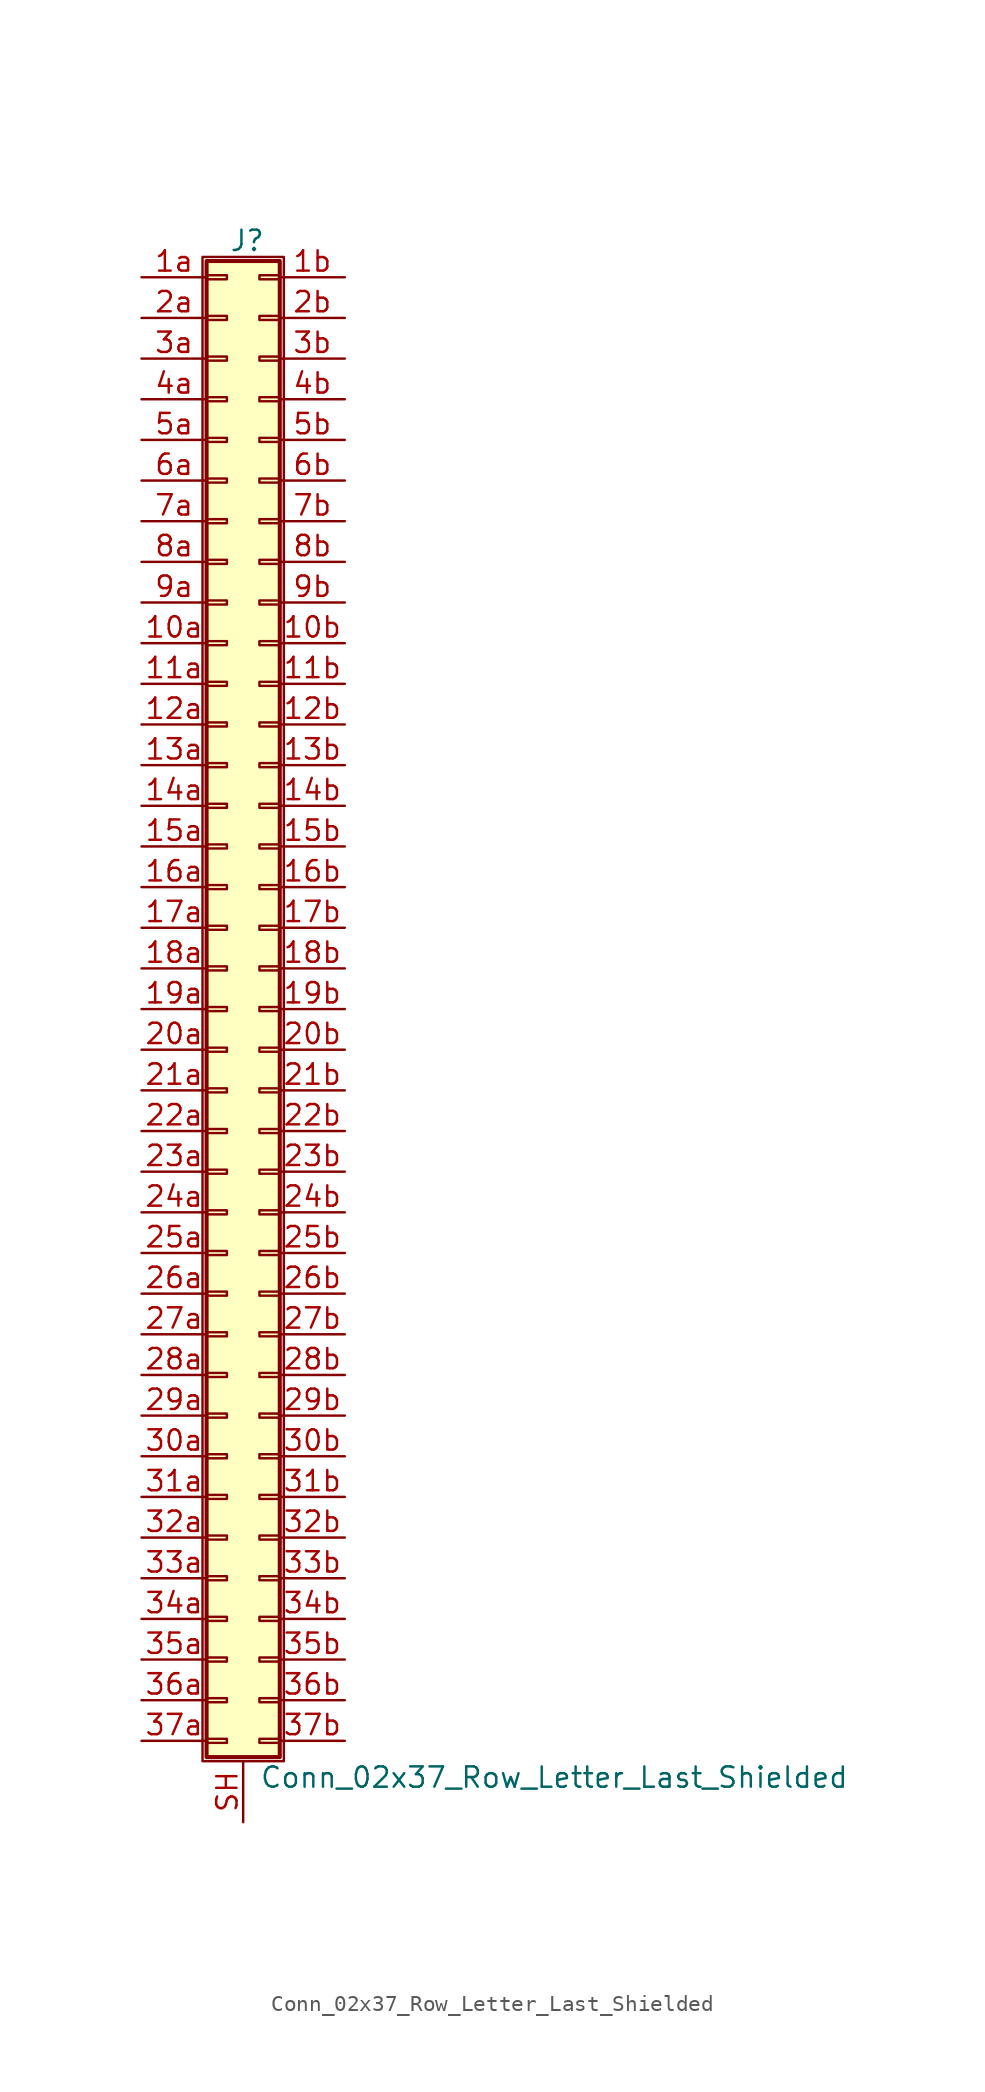
<source format=kicad_sym>
(kicad_symbol_lib
  (version 20201005)
  (generator kicad_symbol_editor)
  (symbol "Connector_Generic_Shielded:Conn_02x37_Row_Letter_Last_Shielded"
    (pin_names
      (offset 1.016) hide)
    (property "Reference" "J"
      (at 1.524 48.006 0)
      (effects (font (size 1.27 1.27))))
    (property "Value" "Conn_02x37_Row_Letter_Last_Shielded"
      (at 2.286 -48.006 0)
      (effects (font (size 1.27 1.27)) (justify left)))
    (symbol "Conn_02x37_Row_Letter_Last_Shielded_1_1"
      (rectangle (start -1.016 -27.813) (end 0.254 -28.067) (stroke (width 0.152)) (fill (type none)))
      (rectangle (start -1.016 -30.353) (end 0.254 -30.607) (stroke (width 0.152)) (fill (type none)))
      (rectangle (start -1.016 -32.893) (end 0.254 -33.147) (stroke (width 0.152)) (fill (type none)))
      (rectangle (start -1.016 -35.433) (end 0.254 -35.687) (stroke (width 0.152)) (fill (type none)))
      (rectangle (start -1.016 -37.973) (end 0.254 -38.227) (stroke (width 0.152)) (fill (type none)))
      (rectangle (start -1.016 -40.513) (end 0.254 -40.767) (stroke (width 0.152)) (fill (type none)))
      (rectangle (start -1.016 -43.053) (end 0.254 -43.307) (stroke (width 0.152)) (fill (type none)))
      (rectangle (start -1.016 -45.593) (end 0.254 -45.847) (stroke (width 0.152)) (fill (type none)))
      (rectangle (start -1.016 -4.953) (end 0.254 -5.207) (stroke (width 0.152)) (fill (type none)))
      (rectangle (start -1.016 -7.493) (end 0.254 -7.747) (stroke (width 0.152)) (fill (type none)))
      (rectangle (start -1.016 -10.033) (end 0.254 -10.287) (stroke (width 0.152)) (fill (type none)))
      (rectangle (start -1.016 -12.573) (end 0.254 -12.827) (stroke (width 0.152)) (fill (type none)))
      (rectangle (start -1.016 -15.113) (end 0.254 -15.367) (stroke (width 0.152)) (fill (type none)))
      (rectangle (start -1.016 -17.653) (end 0.254 -17.907) (stroke (width 0.152)) (fill (type none)))
      (rectangle (start -1.016 -20.193) (end 0.254 -20.447) (stroke (width 0.152)) (fill (type none)))
      (rectangle (start -1.016 -22.733) (end 0.254 -22.987) (stroke (width 0.152)) (fill (type none)))
      (rectangle (start -1.016 -2.413) (end 0.254 -2.667) (stroke (width 0.152)) (fill (type none)))
      (rectangle (start -1.016 -25.273) (end 0.254 -25.527) (stroke (width 0.152)) (fill (type none)))
      (rectangle (start -1.016 25.527) (end 0.254 25.273) (stroke (width 0.152)) (fill (type none)))
      (rectangle (start -1.016 2.667) (end 0.254 2.413) (stroke (width 0.152)) (fill (type none)))
      (rectangle (start -1.016 28.067) (end 0.254 27.813) (stroke (width 0.152)) (fill (type none)))
      (rectangle (start -1.016 30.607) (end 0.254 30.353) (stroke (width 0.152)) (fill (type none)))
      (rectangle (start -1.016 33.147) (end 0.254 32.893) (stroke (width 0.152)) (fill (type none)))
      (rectangle (start -1.016 35.687) (end 0.254 35.433) (stroke (width 0.152)) (fill (type none)))
      (rectangle (start -1.016 38.227) (end 0.254 37.973) (stroke (width 0.152)) (fill (type none)))
      (rectangle (start -1.016 40.767) (end 0.254 40.513) (stroke (width 0.152)) (fill (type none)))
      (rectangle (start -1.016 43.307) (end 0.254 43.053) (stroke (width 0.152)) (fill (type none)))
      (rectangle (start -1.016 45.847) (end 0.254 45.593) (stroke (width 0.152)) (fill (type none)))
      (rectangle (start -1.016 46.736) (end 3.556 -46.736) (stroke (width 0.254)) (fill (type background)))
      (rectangle (start -1.016 5.207) (end 0.254 4.953) (stroke (width 0.152)) (fill (type none)))
      (rectangle (start -1.016 7.747) (end 0.254 7.493) (stroke (width 0.152)) (fill (type none)))
      (rectangle (start -1.016 10.287) (end 0.254 10.033) (stroke (width 0.152)) (fill (type none)))
      (rectangle (start -1.016 0.127) (end 0.254 -0.127) (stroke (width 0.152)) (fill (type none)))
      (rectangle (start -1.016 12.827) (end 0.254 12.573) (stroke (width 0.152)) (fill (type none)))
      (rectangle (start -1.016 15.367) (end 0.254 15.113) (stroke (width 0.152)) (fill (type none)))
      (rectangle (start -1.016 17.907) (end 0.254 17.653) (stroke (width 0.152)) (fill (type none)))
      (rectangle (start -1.016 20.447) (end 0.254 20.193) (stroke (width 0.152)) (fill (type none)))
      (rectangle (start -1.016 22.987) (end 0.254 22.733) (stroke (width 0.152)) (fill (type none)))
      (rectangle (start -1.27 46.99) (end 3.81 -46.99) (stroke (width 0.152)) (fill (type none)))
      (rectangle (start 3.556 -27.813) (end 2.286 -28.067) (stroke (width 0.152)) (fill (type none)))
      (rectangle (start 3.556 -30.353) (end 2.286 -30.607) (stroke (width 0.152)) (fill (type none)))
      (rectangle (start 3.556 -32.893) (end 2.286 -33.147) (stroke (width 0.152)) (fill (type none)))
      (rectangle (start 3.556 -35.433) (end 2.286 -35.687) (stroke (width 0.152)) (fill (type none)))
      (rectangle (start 3.556 -37.973) (end 2.286 -38.227) (stroke (width 0.152)) (fill (type none)))
      (rectangle (start 3.556 -40.513) (end 2.286 -40.767) (stroke (width 0.152)) (fill (type none)))
      (rectangle (start 3.556 -43.053) (end 2.286 -43.307) (stroke (width 0.152)) (fill (type none)))
      (rectangle (start 3.556 -45.593) (end 2.286 -45.847) (stroke (width 0.152)) (fill (type none)))
      (rectangle (start 3.556 -4.953) (end 2.286 -5.207) (stroke (width 0.152)) (fill (type none)))
      (rectangle (start 3.556 -7.493) (end 2.286 -7.747) (stroke (width 0.152)) (fill (type none)))
      (rectangle (start 3.556 -10.033) (end 2.286 -10.287) (stroke (width 0.152)) (fill (type none)))
      (rectangle (start 3.556 -12.573) (end 2.286 -12.827) (stroke (width 0.152)) (fill (type none)))
      (rectangle (start 3.556 -15.113) (end 2.286 -15.367) (stroke (width 0.152)) (fill (type none)))
      (rectangle (start 3.556 -17.653) (end 2.286 -17.907) (stroke (width 0.152)) (fill (type none)))
      (rectangle (start 3.556 -20.193) (end 2.286 -20.447) (stroke (width 0.152)) (fill (type none)))
      (rectangle (start 3.556 -22.733) (end 2.286 -22.987) (stroke (width 0.152)) (fill (type none)))
      (rectangle (start 3.556 -2.413) (end 2.286 -2.667) (stroke (width 0.152)) (fill (type none)))
      (rectangle (start 3.556 -25.273) (end 2.286 -25.527) (stroke (width 0.152)) (fill (type none)))
      (rectangle (start 3.556 25.527) (end 2.286 25.273) (stroke (width 0.152)) (fill (type none)))
      (rectangle (start 3.556 2.667) (end 2.286 2.413) (stroke (width 0.152)) (fill (type none)))
      (rectangle (start 3.556 28.067) (end 2.286 27.813) (stroke (width 0.152)) (fill (type none)))
      (rectangle (start 3.556 30.607) (end 2.286 30.353) (stroke (width 0.152)) (fill (type none)))
      (rectangle (start 3.556 33.147) (end 2.286 32.893) (stroke (width 0.152)) (fill (type none)))
      (rectangle (start 3.556 35.687) (end 2.286 35.433) (stroke (width 0.152)) (fill (type none)))
      (rectangle (start 3.556 38.227) (end 2.286 37.973) (stroke (width 0.152)) (fill (type none)))
      (rectangle (start 3.556 40.767) (end 2.286 40.513) (stroke (width 0.152)) (fill (type none)))
      (rectangle (start 3.556 43.307) (end 2.286 43.053) (stroke (width 0.152)) (fill (type none)))
      (rectangle (start 3.556 45.847) (end 2.286 45.593) (stroke (width 0.152)) (fill (type none)))
      (rectangle (start 3.556 5.207) (end 2.286 4.953) (stroke (width 0.152)) (fill (type none)))
      (rectangle (start 3.556 7.747) (end 2.286 7.493) (stroke (width 0.152)) (fill (type none)))
      (rectangle (start 3.556 10.287) (end 2.286 10.033) (stroke (width 0.152)) (fill (type none)))
      (rectangle (start 3.556 0.127) (end 2.286 -0.127) (stroke (width 0.152)) (fill (type none)))
      (rectangle (start 3.556 12.827) (end 2.286 12.573) (stroke (width 0.152)) (fill (type none)))
      (rectangle (start 3.556 15.367) (end 2.286 15.113) (stroke (width 0.152)) (fill (type none)))
      (rectangle (start 3.556 17.907) (end 2.286 17.653) (stroke (width 0.152)) (fill (type none)))
      (rectangle (start 3.556 20.447) (end 2.286 20.193) (stroke (width 0.152)) (fill (type none)))
      (rectangle (start 3.556 22.987) (end 2.286 22.733) (stroke (width 0.152)) (fill (type none)))
      (pin passive line (at -5.08 22.86 0) (length 4.064) (name "Pin_10a" (effects (font (size 1.27 1.27)))) (number "10a" (effects (font (size 1.27 1.27)))))
      (pin passive line (at 7.62 22.86 180) (length 4.064) (name "Pin_10b" (effects (font (size 1.27 1.27)))) (number "10b" (effects (font (size 1.27 1.27)))))
      (pin passive line (at -5.08 20.32 0) (length 4.064) (name "Pin_11a" (effects (font (size 1.27 1.27)))) (number "11a" (effects (font (size 1.27 1.27)))))
      (pin passive line (at 7.62 20.32 180) (length 4.064) (name "Pin_11b" (effects (font (size 1.27 1.27)))) (number "11b" (effects (font (size 1.27 1.27)))))
      (pin passive line (at -5.08 17.78 0) (length 4.064) (name "Pin_12a" (effects (font (size 1.27 1.27)))) (number "12a" (effects (font (size 1.27 1.27)))))
      (pin passive line (at 7.62 17.78 180) (length 4.064) (name "Pin_12b" (effects (font (size 1.27 1.27)))) (number "12b" (effects (font (size 1.27 1.27)))))
      (pin passive line (at -5.08 15.24 0) (length 4.064) (name "Pin_13a" (effects (font (size 1.27 1.27)))) (number "13a" (effects (font (size 1.27 1.27)))))
      (pin passive line (at 7.62 15.24 180) (length 4.064) (name "Pin_13b" (effects (font (size 1.27 1.27)))) (number "13b" (effects (font (size 1.27 1.27)))))
      (pin passive line (at -5.08 12.7 0) (length 4.064) (name "Pin_14a" (effects (font (size 1.27 1.27)))) (number "14a" (effects (font (size 1.27 1.27)))))
      (pin passive line (at 7.62 12.7 180) (length 4.064) (name "Pin_14b" (effects (font (size 1.27 1.27)))) (number "14b" (effects (font (size 1.27 1.27)))))
      (pin passive line (at -5.08 10.16 0) (length 4.064) (name "Pin_15a" (effects (font (size 1.27 1.27)))) (number "15a" (effects (font (size 1.27 1.27)))))
      (pin passive line (at 7.62 10.16 180) (length 4.064) (name "Pin_15b" (effects (font (size 1.27 1.27)))) (number "15b" (effects (font (size 1.27 1.27)))))
      (pin passive line (at -5.08 7.62 0) (length 4.064) (name "Pin_16a" (effects (font (size 1.27 1.27)))) (number "16a" (effects (font (size 1.27 1.27)))))
      (pin passive line (at 7.62 7.62 180) (length 4.064) (name "Pin_16b" (effects (font (size 1.27 1.27)))) (number "16b" (effects (font (size 1.27 1.27)))))
      (pin passive line (at -5.08 5.08 0) (length 4.064) (name "Pin_17a" (effects (font (size 1.27 1.27)))) (number "17a" (effects (font (size 1.27 1.27)))))
      (pin passive line (at 7.62 5.08 180) (length 4.064) (name "Pin_17b" (effects (font (size 1.27 1.27)))) (number "17b" (effects (font (size 1.27 1.27)))))
      (pin passive line (at -5.08 2.54 0) (length 4.064) (name "Pin_18a" (effects (font (size 1.27 1.27)))) (number "18a" (effects (font (size 1.27 1.27)))))
      (pin passive line (at 7.62 2.54 180) (length 4.064) (name "Pin_18b" (effects (font (size 1.27 1.27)))) (number "18b" (effects (font (size 1.27 1.27)))))
      (pin passive line (at -5.08 0 0) (length 4.064) (name "Pin_19a" (effects (font (size 1.27 1.27)))) (number "19a" (effects (font (size 1.27 1.27)))))
      (pin passive line (at 7.62 0 180) (length 4.064) (name "Pin_19b" (effects (font (size 1.27 1.27)))) (number "19b" (effects (font (size 1.27 1.27)))))
      (pin passive line (at -5.08 45.72 0) (length 4.064) (name "Pin_1a" (effects (font (size 1.27 1.27)))) (number "1a" (effects (font (size 1.27 1.27)))))
      (pin passive line (at 7.62 45.72 180) (length 4.064) (name "Pin_1b" (effects (font (size 1.27 1.27)))) (number "1b" (effects (font (size 1.27 1.27)))))
      (pin passive line (at -5.08 -2.54 0) (length 4.064) (name "Pin_20a" (effects (font (size 1.27 1.27)))) (number "20a" (effects (font (size 1.27 1.27)))))
      (pin passive line (at 7.62 -2.54 180) (length 4.064) (name "Pin_20b" (effects (font (size 1.27 1.27)))) (number "20b" (effects (font (size 1.27 1.27)))))
      (pin passive line (at -5.08 -5.08 0) (length 4.064) (name "Pin_21a" (effects (font (size 1.27 1.27)))) (number "21a" (effects (font (size 1.27 1.27)))))
      (pin passive line (at 7.62 -5.08 180) (length 4.064) (name "Pin_21b" (effects (font (size 1.27 1.27)))) (number "21b" (effects (font (size 1.27 1.27)))))
      (pin passive line (at -5.08 -7.62 0) (length 4.064) (name "Pin_22a" (effects (font (size 1.27 1.27)))) (number "22a" (effects (font (size 1.27 1.27)))))
      (pin passive line (at 7.62 -7.62 180) (length 4.064) (name "Pin_22b" (effects (font (size 1.27 1.27)))) (number "22b" (effects (font (size 1.27 1.27)))))
      (pin passive line (at -5.08 -10.16 0) (length 4.064) (name "Pin_23a" (effects (font (size 1.27 1.27)))) (number "23a" (effects (font (size 1.27 1.27)))))
      (pin passive line (at 7.62 -10.16 180) (length 4.064) (name "Pin_23b" (effects (font (size 1.27 1.27)))) (number "23b" (effects (font (size 1.27 1.27)))))
      (pin passive line (at -5.08 -12.7 0) (length 4.064) (name "Pin_24a" (effects (font (size 1.27 1.27)))) (number "24a" (effects (font (size 1.27 1.27)))))
      (pin passive line (at 7.62 -12.7 180) (length 4.064) (name "Pin_24b" (effects (font (size 1.27 1.27)))) (number "24b" (effects (font (size 1.27 1.27)))))
      (pin passive line (at -5.08 -15.24 0) (length 4.064) (name "Pin_25a" (effects (font (size 1.27 1.27)))) (number "25a" (effects (font (size 1.27 1.27)))))
      (pin passive line (at 7.62 -15.24 180) (length 4.064) (name "Pin_25b" (effects (font (size 1.27 1.27)))) (number "25b" (effects (font (size 1.27 1.27)))))
      (pin passive line (at -5.08 -17.78 0) (length 4.064) (name "Pin_26a" (effects (font (size 1.27 1.27)))) (number "26a" (effects (font (size 1.27 1.27)))))
      (pin passive line (at 7.62 -17.78 180) (length 4.064) (name "Pin_26b" (effects (font (size 1.27 1.27)))) (number "26b" (effects (font (size 1.27 1.27)))))
      (pin passive line (at -5.08 -20.32 0) (length 4.064) (name "Pin_27a" (effects (font (size 1.27 1.27)))) (number "27a" (effects (font (size 1.27 1.27)))))
      (pin passive line (at 7.62 -20.32 180) (length 4.064) (name "Pin_27b" (effects (font (size 1.27 1.27)))) (number "27b" (effects (font (size 1.27 1.27)))))
      (pin passive line (at -5.08 -22.86 0) (length 4.064) (name "Pin_28a" (effects (font (size 1.27 1.27)))) (number "28a" (effects (font (size 1.27 1.27)))))
      (pin passive line (at 7.62 -22.86 180) (length 4.064) (name "Pin_28b" (effects (font (size 1.27 1.27)))) (number "28b" (effects (font (size 1.27 1.27)))))
      (pin passive line (at -5.08 -25.4 0) (length 4.064) (name "Pin_29a" (effects (font (size 1.27 1.27)))) (number "29a" (effects (font (size 1.27 1.27)))))
      (pin passive line (at 7.62 -25.4 180) (length 4.064) (name "Pin_29b" (effects (font (size 1.27 1.27)))) (number "29b" (effects (font (size 1.27 1.27)))))
      (pin passive line (at -5.08 43.18 0) (length 4.064) (name "Pin_2a" (effects (font (size 1.27 1.27)))) (number "2a" (effects (font (size 1.27 1.27)))))
      (pin passive line (at 7.62 43.18 180) (length 4.064) (name "Pin_2b" (effects (font (size 1.27 1.27)))) (number "2b" (effects (font (size 1.27 1.27)))))
      (pin passive line (at -5.08 -27.94 0) (length 4.064) (name "Pin_30a" (effects (font (size 1.27 1.27)))) (number "30a" (effects (font (size 1.27 1.27)))))
      (pin passive line (at 7.62 -27.94 180) (length 4.064) (name "Pin_30b" (effects (font (size 1.27 1.27)))) (number "30b" (effects (font (size 1.27 1.27)))))
      (pin passive line (at -5.08 -30.48 0) (length 4.064) (name "Pin_31a" (effects (font (size 1.27 1.27)))) (number "31a" (effects (font (size 1.27 1.27)))))
      (pin passive line (at 7.62 -30.48 180) (length 4.064) (name "Pin_31b" (effects (font (size 1.27 1.27)))) (number "31b" (effects (font (size 1.27 1.27)))))
      (pin passive line (at -5.08 -33.02 0) (length 4.064) (name "Pin_32a" (effects (font (size 1.27 1.27)))) (number "32a" (effects (font (size 1.27 1.27)))))
      (pin passive line (at 7.62 -33.02 180) (length 4.064) (name "Pin_32b" (effects (font (size 1.27 1.27)))) (number "32b" (effects (font (size 1.27 1.27)))))
      (pin passive line (at -5.08 -35.56 0) (length 4.064) (name "Pin_33a" (effects (font (size 1.27 1.27)))) (number "33a" (effects (font (size 1.27 1.27)))))
      (pin passive line (at 7.62 -35.56 180) (length 4.064) (name "Pin_33b" (effects (font (size 1.27 1.27)))) (number "33b" (effects (font (size 1.27 1.27)))))
      (pin passive line (at -5.08 -38.1 0) (length 4.064) (name "Pin_34a" (effects (font (size 1.27 1.27)))) (number "34a" (effects (font (size 1.27 1.27)))))
      (pin passive line (at 7.62 -38.1 180) (length 4.064) (name "Pin_34b" (effects (font (size 1.27 1.27)))) (number "34b" (effects (font (size 1.27 1.27)))))
      (pin passive line (at -5.08 -40.64 0) (length 4.064) (name "Pin_35a" (effects (font (size 1.27 1.27)))) (number "35a" (effects (font (size 1.27 1.27)))))
      (pin passive line (at 7.62 -40.64 180) (length 4.064) (name "Pin_35b" (effects (font (size 1.27 1.27)))) (number "35b" (effects (font (size 1.27 1.27)))))
      (pin passive line (at -5.08 -43.18 0) (length 4.064) (name "Pin_36a" (effects (font (size 1.27 1.27)))) (number "36a" (effects (font (size 1.27 1.27)))))
      (pin passive line (at 7.62 -43.18 180) (length 4.064) (name "Pin_36b" (effects (font (size 1.27 1.27)))) (number "36b" (effects (font (size 1.27 1.27)))))
      (pin passive line (at -5.08 -45.72 0) (length 4.064) (name "Pin_37a" (effects (font (size 1.27 1.27)))) (number "37a" (effects (font (size 1.27 1.27)))))
      (pin passive line (at 7.62 -45.72 180) (length 4.064) (name "Pin_37b" (effects (font (size 1.27 1.27)))) (number "37b" (effects (font (size 1.27 1.27)))))
      (pin passive line (at -5.08 40.64 0) (length 4.064) (name "Pin_3a" (effects (font (size 1.27 1.27)))) (number "3a" (effects (font (size 1.27 1.27)))))
      (pin passive line (at 7.62 40.64 180) (length 4.064) (name "Pin_3b" (effects (font (size 1.27 1.27)))) (number "3b" (effects (font (size 1.27 1.27)))))
      (pin passive line (at -5.08 38.1 0) (length 4.064) (name "Pin_4a" (effects (font (size 1.27 1.27)))) (number "4a" (effects (font (size 1.27 1.27)))))
      (pin passive line (at 7.62 38.1 180) (length 4.064) (name "Pin_4b" (effects (font (size 1.27 1.27)))) (number "4b" (effects (font (size 1.27 1.27)))))
      (pin passive line (at -5.08 35.56 0) (length 4.064) (name "Pin_5a" (effects (font (size 1.27 1.27)))) (number "5a" (effects (font (size 1.27 1.27)))))
      (pin passive line (at 7.62 35.56 180) (length 4.064) (name "Pin_5b" (effects (font (size 1.27 1.27)))) (number "5b" (effects (font (size 1.27 1.27)))))
      (pin passive line (at -5.08 33.02 0) (length 4.064) (name "Pin_6a" (effects (font (size 1.27 1.27)))) (number "6a" (effects (font (size 1.27 1.27)))))
      (pin passive line (at 7.62 33.02 180) (length 4.064) (name "Pin_6b" (effects (font (size 1.27 1.27)))) (number "6b" (effects (font (size 1.27 1.27)))))
      (pin passive line (at -5.08 30.48 0) (length 4.064) (name "Pin_7a" (effects (font (size 1.27 1.27)))) (number "7a" (effects (font (size 1.27 1.27)))))
      (pin passive line (at 7.62 30.48 180) (length 4.064) (name "Pin_7b" (effects (font (size 1.27 1.27)))) (number "7b" (effects (font (size 1.27 1.27)))))
      (pin passive line (at -5.08 27.94 0) (length 4.064) (name "Pin_8a" (effects (font (size 1.27 1.27)))) (number "8a" (effects (font (size 1.27 1.27)))))
      (pin passive line (at 7.62 27.94 180) (length 4.064) (name "Pin_8b" (effects (font (size 1.27 1.27)))) (number "8b" (effects (font (size 1.27 1.27)))))
      (pin passive line (at -5.08 25.4 0) (length 4.064) (name "Pin_9a" (effects (font (size 1.27 1.27)))) (number "9a" (effects (font (size 1.27 1.27)))))
      (pin passive line (at 7.62 25.4 180) (length 4.064) (name "Pin_9b" (effects (font (size 1.27 1.27)))) (number "9b" (effects (font (size 1.27 1.27)))))
      (pin passive line (at 1.27 -50.8 90) (length 3.81) (name "Shield" (effects (font (size 1.27 1.27)))) (number "SH" (effects (font (size 1.27 1.27))))))))
</source>
